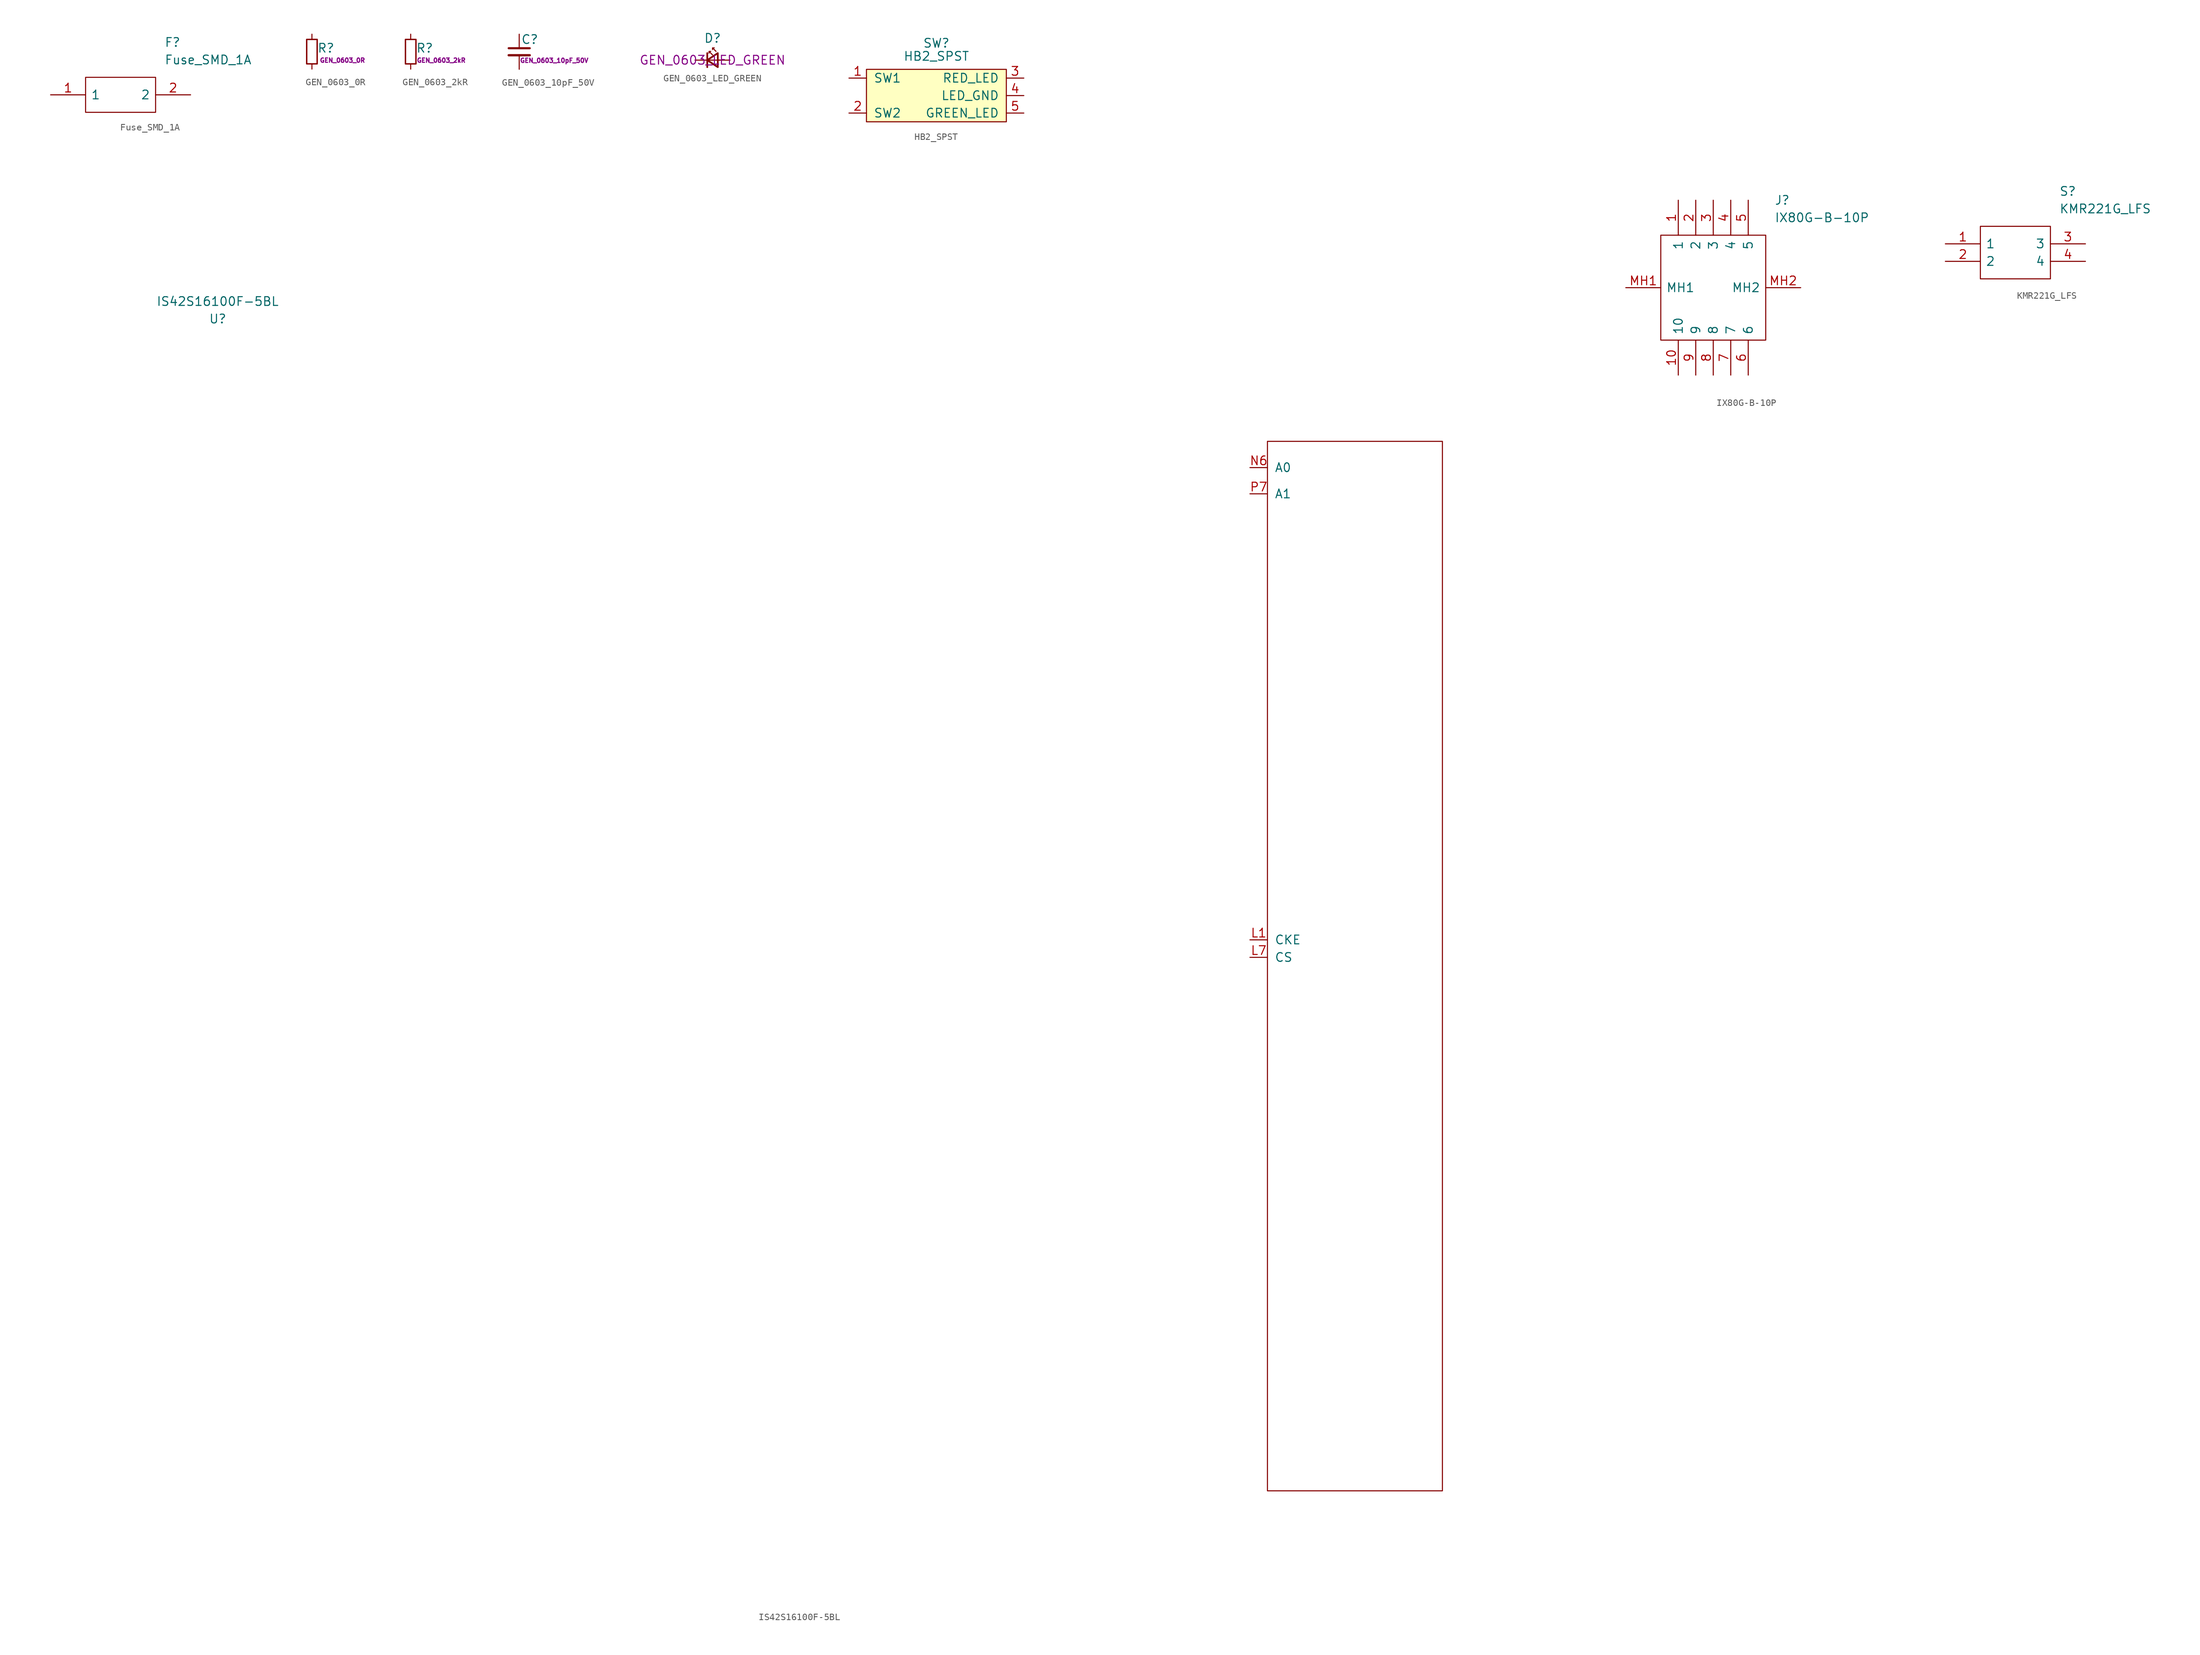
<source format=kicad_sym>
(kicad_symbol_lib
  (version 20220914)
  (generator kicad_symbol_editor)
  (symbol "Fuse_SMD_1A"
    (pin_names
      (offset 0.762))
    (property "Reference" "F"
      (at 16.51 7.62 0)
      (effects (font (size 1.27 1.27)) (justify left)))
    (property "Value" "Fuse_SMD_1A"
      (at 16.51 5.08 0)
      (effects (font (size 1.27 1.27)) (justify left)))
    (symbol "Fuse_SMD_1A_0_0"
      (pin bidirectional line (at 0 0 0) (length 5.08) (name "1" (effects (font (size 1.27 1.27)))) (number "1" (effects (font (size 1.27 1.27)))))
      (pin bidirectional line (at 20.32 0 180) (length 5.08) (name "2" (effects (font (size 1.27 1.27)))) (number "2" (effects (font (size 1.27 1.27))))))
    (symbol "Fuse_SMD_1A_0_1"
      (polyline (pts (xy 5.08 2.54) (xy 15.24 2.54) (xy 15.24 -2.54) (xy 5.08 -2.54) (xy 5.08 2.54)) (stroke (width 0.152) (type default)) (fill (type none)))))
  (symbol "GEN_0603_0R"
    (pin_numbers hide)
    (pin_names
      (offset 0.254) hide)
    (property "Reference" "R"
      (at 0.762 0.508 0)
      (effects (font (size 1.27 1.27)) (justify left)))
    (property "MFG ID" "GEN_0603_0R"
      (at 4.445 -1.27 0)
      (effects (font (size 0.635 0.635))))
    (symbol "GEN_0603_0R_0_1"
      (rectangle (start -0.762 1.778) (end 0.762 -1.778) (stroke (width 0.203) (type default)) (fill (type none))))
    (symbol "GEN_0603_0R_1_1"
      (pin passive line (at 0 2.54 270) (length 0.762) (name "~" (effects (font (size 1.27 1.27)))) (number "1" (effects (font (size 1.27 1.27)))))
      (pin passive line (at 0 -2.54 90) (length 0.762) (name "~" (effects (font (size 1.27 1.27)))) (number "2" (effects (font (size 1.27 1.27)))))))
  (symbol "GEN_0603_2kR"
    (pin_numbers hide)
    (pin_names
      (offset 0.254) hide)
    (property "Reference" "R"
      (at 0.762 0.508 0)
      (effects (font (size 1.27 1.27)) (justify left)))
    (property "MFG ID" "GEN_0603_2kR"
      (at 4.445 -1.27 0)
      (effects (font (size 0.635 0.635))))
    (symbol "GEN_0603_2kR_0_1"
      (rectangle (start -0.762 1.778) (end 0.762 -1.778) (stroke (width 0.203) (type default)) (fill (type none))))
    (symbol "GEN_0603_2kR_1_1"
      (pin passive line (at 0 2.54 270) (length 0.762) (name "~" (effects (font (size 1.27 1.27)))) (number "1" (effects (font (size 1.27 1.27)))))
      (pin passive line (at 0 -2.54 90) (length 0.762) (name "~" (effects (font (size 1.27 1.27)))) (number "2" (effects (font (size 1.27 1.27)))))))
  (symbol "GEN_0603_10pF_50V"
    (pin_numbers hide)
    (pin_names
      (offset 0.254) hide)
    (property "Reference" "C"
      (at 0.254 1.778 0)
      (effects (font (size 1.27 1.27)) (justify left)))
    (property "MFG ID" "GEN_0603_10pF_50V"
      (at 5.08 -1.27 0)
      (effects (font (size 0.635 0.635))))
    (symbol "GEN_0603_10pF_50V_0_1"
      (polyline (pts (xy -1.524 -0.508) (xy 1.524 -0.508)) (stroke (width 0.33) (type default)) (fill (type none)))
      (polyline (pts (xy -1.524 0.508) (xy 1.524 0.508)) (stroke (width 0.305) (type default)) (fill (type none))))
    (symbol "GEN_0603_10pF_50V_1_1"
      (pin passive line (at 0 2.54 270) (length 2.032) (name "~" (effects (font (size 1.27 1.27)))) (number "1" (effects (font (size 1.27 1.27)))))
      (pin passive line (at 0 -2.54 90) (length 2.032) (name "~" (effects (font (size 1.27 1.27)))) (number "2" (effects (font (size 1.27 1.27)))))))
  (symbol "GEN_0603_LED_GREEN"
    (pin_numbers hide)
    (pin_names
      (offset 0.254) hide)
    (property "Reference" "D"
      (at -1.27 3.175 0)
      (effects (font (size 1.27 1.27)) (justify left)))
    (property "MFG ID" "GEN_0603_LED_GREEN"
      (at 0 0 0)
      (effects (font (size 1.27 1.27))))
    (symbol "GEN_0603_LED_GREEN_0_1"
      (polyline (pts (xy -0.762 -1.016) (xy -0.762 1.016)) (stroke (width 0.254) (type default)) (fill (type none)))
      (polyline (pts (xy 1.016 0) (xy -0.762 0)) (stroke (width 0) (type default)) (fill (type none)))
      (polyline (pts (xy 0.762 -1.016) (xy -0.762 0) (xy 0.762 1.016) (xy 0.762 -1.016)) (stroke (width 0.254) (type default)) (fill (type none)))
      (polyline (pts (xy 0 0.762) (xy -0.508 1.27) (xy -0.254 1.27) (xy -0.508 1.27) (xy -0.508 1.016)) (stroke (width 0) (type default)) (fill (type none)))
      (polyline (pts (xy 0.508 1.27) (xy 0 1.778) (xy 0.254 1.778) (xy 0 1.778) (xy 0 1.524)) (stroke (width 0) (type default)) (fill (type none))))
    (symbol "GEN_0603_LED_GREEN_1_1"
      (pin passive line (at -2.54 0 0) (length 1.778) (name "K" (effects (font (size 1.27 1.27)))) (number "1" (effects (font (size 1.27 1.27)))))
      (pin passive line (at 2.54 0 180) (length 1.778) (name "A" (effects (font (size 1.27 1.27)))) (number "2" (effects (font (size 1.27 1.27)))))))
  (symbol "HB2_SPST"
    (pin_names
      (offset 1.016))
    (property "Reference" "SW"
      (at 0 7.62 0)
      (effects (font (size 1.27 1.27))))
    (property "Value" "HB2_SPST"
      (at 0 5.715 0)
      (effects (font (size 1.27 1.27))))
    (symbol "HB2_SPST_0_1"
      (rectangle (start -10.16 3.81) (end 10.16 -3.81) (stroke (width 0) (type default)) (fill (type background))))
    (symbol "HB2_SPST_1_1"
      (pin input line (at -12.7 2.54 0) (length 2.54) (name "SW1" (effects (font (size 1.27 1.27)))) (number "1" (effects (font (size 1.27 1.27)))))
      (pin input line (at -12.7 -2.54 0) (length 2.54) (name "SW2" (effects (font (size 1.27 1.27)))) (number "2" (effects (font (size 1.27 1.27)))))
      (pin input line (at 12.7 2.54 180) (length 2.54) (name "RED_LED~{}" (effects (font (size 1.27 1.27)))) (number "3" (effects (font (size 1.27 1.27)))))
      (pin input line (at 12.7 0 180) (length 2.54) (name "LED_GND" (effects (font (size 1.27 1.27)))) (number "4" (effects (font (size 1.27 1.27)))))
      (pin input line (at 12.7 -2.54 180) (length 2.54) (name "GREEN_LED" (effects (font (size 1.27 1.27)))) (number "5" (effects (font (size 1.27 1.27)))))))
  (symbol "IS42S16100F-5BL"
    (pin_names
      (offset 1.016))
    (property "Reference" "U"
      (at -165.1 93.98 0)
      (effects (font (size 1.27 1.27))))
    (property "Value" "IS42S16100F-5BL"
      (at -165.1 96.52 0)
      (effects (font (size 1.27 1.27))))
    (symbol "IS42S16100F-5BL_0_1"
      (rectangle (start -12.7 76.2) (end 12.7 -76.2) (stroke (width 0) (type default)) (fill (type none))))
    (symbol "IS42S16100F-5BL_1_1"
      (pin input line (at -15.24 3.81 0) (length 2.54) (name "CKE" (effects (font (size 1.27 1.27)))) (number "L1" (effects (font (size 1.27 1.27)))))
      (pin input line (at -15.24 1.27 0) (length 2.54) (name "CS" (effects (font (size 1.27 1.27)))) (number "L7" (effects (font (size 1.27 1.27)))))
      (pin input line (at -15.24 72.39 0) (length 2.54) (name "A0" (effects (font (size 1.27 1.27)))) (number "N6" (effects (font (size 1.27 1.27)))))
      (pin input line (at -15.24 68.58 0) (length 2.54) (name "A1" (effects (font (size 1.27 1.27)))) (number "P7" (effects (font (size 1.27 1.27)))))))
  (symbol "IX80G-B-10P"
    (pin_names
      (offset 0.762))
    (property "Reference" "J"
      (at 21.59 12.7 0)
      (effects (font (size 1.27 1.27)) (justify left)))
    (property "Value" "IX80G-B-10P"
      (at 21.59 10.16 0)
      (effects (font (size 1.27 1.27)) (justify left)))
    (symbol "IX80G-B-10P_0_0"
      (pin passive line (at 7.62 12.7 270) (length 5.08) (name "1" (effects (font (size 1.27 1.27)))) (number "1" (effects (font (size 1.27 1.27)))))
      (pin passive line (at 7.62 -12.7 90) (length 5.08) (name "10" (effects (font (size 1.27 1.27)))) (number "10" (effects (font (size 1.27 1.27)))))
      (pin passive line (at 10.16 12.7 270) (length 5.08) (name "2" (effects (font (size 1.27 1.27)))) (number "2" (effects (font (size 1.27 1.27)))))
      (pin passive line (at 12.7 12.7 270) (length 5.08) (name "3" (effects (font (size 1.27 1.27)))) (number "3" (effects (font (size 1.27 1.27)))))
      (pin passive line (at 15.24 12.7 270) (length 5.08) (name "4" (effects (font (size 1.27 1.27)))) (number "4" (effects (font (size 1.27 1.27)))))
      (pin passive line (at 17.78 12.7 270) (length 5.08) (name "5" (effects (font (size 1.27 1.27)))) (number "5" (effects (font (size 1.27 1.27)))))
      (pin passive line (at 17.78 -12.7 90) (length 5.08) (name "6" (effects (font (size 1.27 1.27)))) (number "6" (effects (font (size 1.27 1.27)))))
      (pin passive line (at 15.24 -12.7 90) (length 5.08) (name "7" (effects (font (size 1.27 1.27)))) (number "7" (effects (font (size 1.27 1.27)))))
      (pin passive line (at 12.7 -12.7 90) (length 5.08) (name "8" (effects (font (size 1.27 1.27)))) (number "8" (effects (font (size 1.27 1.27)))))
      (pin passive line (at 10.16 -12.7 90) (length 5.08) (name "9" (effects (font (size 1.27 1.27)))) (number "9" (effects (font (size 1.27 1.27)))))
      (pin passive line (at 0 0 0) (length 5.08) (name "MH1" (effects (font (size 1.27 1.27)))) (number "MH1" (effects (font (size 1.27 1.27)))))
      (pin passive line (at 25.4 0 180) (length 5.08) (name "MH2" (effects (font (size 1.27 1.27)))) (number "MH2" (effects (font (size 1.27 1.27))))))
    (symbol "IX80G-B-10P_0_1"
      (polyline (pts (xy 5.08 7.62) (xy 20.32 7.62) (xy 20.32 -7.62) (xy 5.08 -7.62) (xy 5.08 7.62)) (stroke (width 0.152) (type default)) (fill (type none)))))
  (symbol "KMR221G_LFS"
    (pin_names
      (offset 0.762))
    (property "Reference" "S"
      (at 16.51 7.62 0)
      (effects (font (size 1.27 1.27)) (justify left)))
    (property "Value" "KMR221G_LFS"
      (at 16.51 5.08 0)
      (effects (font (size 1.27 1.27)) (justify left)))
    (symbol "KMR221G_LFS_0_0"
      (pin bidirectional line (at 0 0 0) (length 5.08) (name "1" (effects (font (size 1.27 1.27)))) (number "1" (effects (font (size 1.27 1.27)))))
      (pin bidirectional line (at 0 -2.54 0) (length 5.08) (name "2" (effects (font (size 1.27 1.27)))) (number "2" (effects (font (size 1.27 1.27)))))
      (pin bidirectional line (at 20.32 0 180) (length 5.08) (name "3" (effects (font (size 1.27 1.27)))) (number "3" (effects (font (size 1.27 1.27)))))
      (pin bidirectional line (at 20.32 -2.54 180) (length 5.08) (name "4" (effects (font (size 1.27 1.27)))) (number "4" (effects (font (size 1.27 1.27))))))
    (symbol "KMR221G_LFS_0_1"
      (polyline (pts (xy 5.08 2.54) (xy 15.24 2.54) (xy 15.24 -5.08) (xy 5.08 -5.08) (xy 5.08 2.54)) (stroke (width 0.152) (type default)) (fill (type none))))))
</source>
